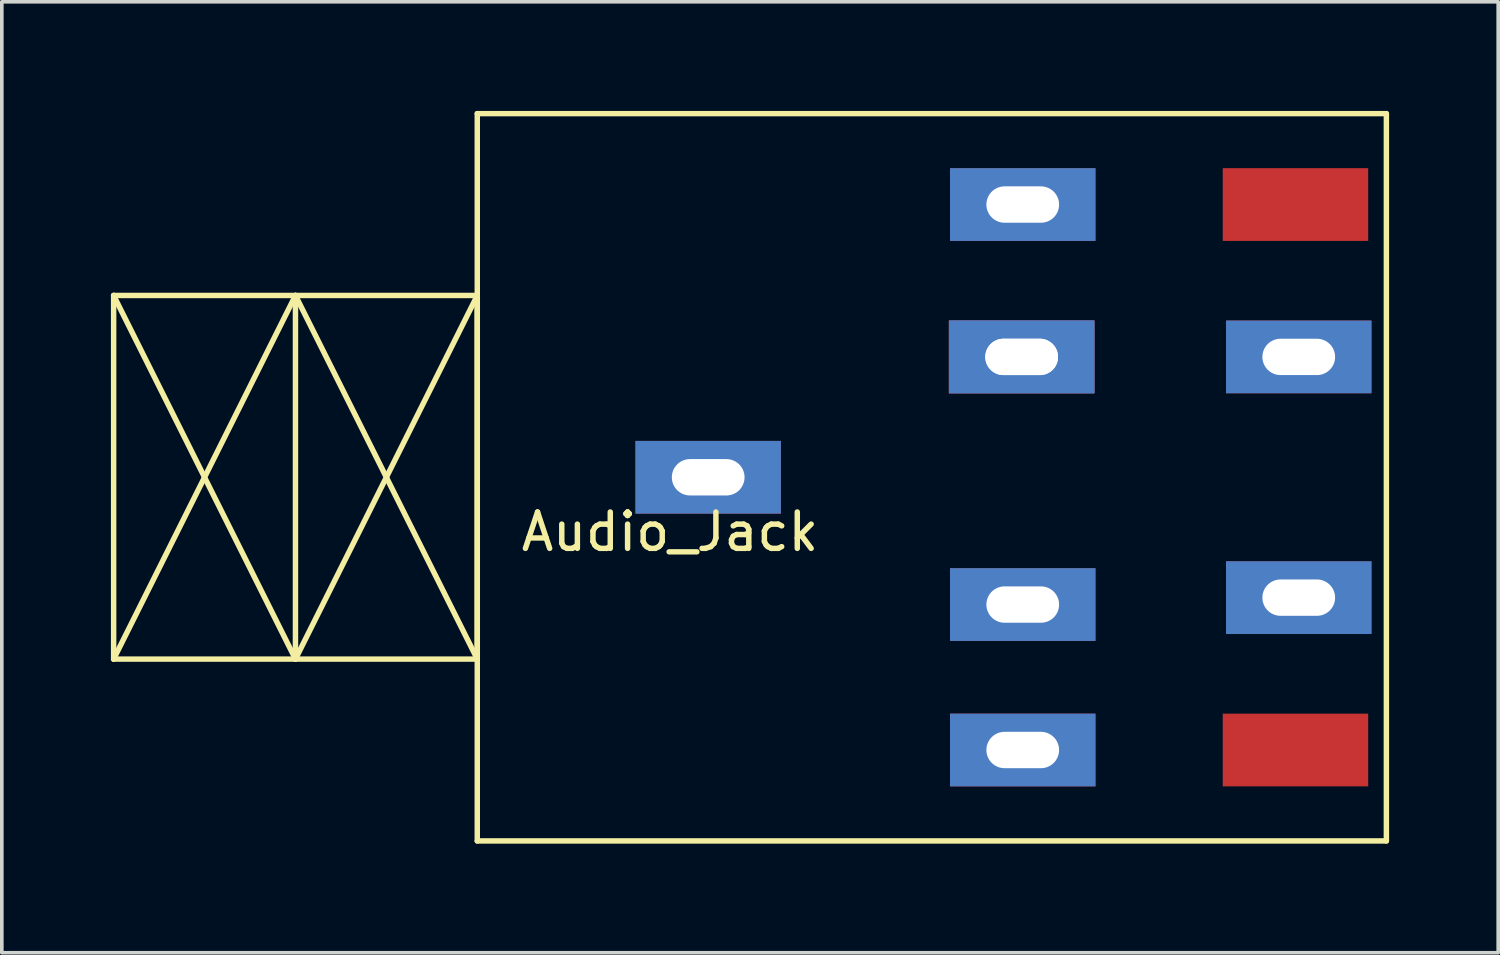
<source format=kicad_pcb>
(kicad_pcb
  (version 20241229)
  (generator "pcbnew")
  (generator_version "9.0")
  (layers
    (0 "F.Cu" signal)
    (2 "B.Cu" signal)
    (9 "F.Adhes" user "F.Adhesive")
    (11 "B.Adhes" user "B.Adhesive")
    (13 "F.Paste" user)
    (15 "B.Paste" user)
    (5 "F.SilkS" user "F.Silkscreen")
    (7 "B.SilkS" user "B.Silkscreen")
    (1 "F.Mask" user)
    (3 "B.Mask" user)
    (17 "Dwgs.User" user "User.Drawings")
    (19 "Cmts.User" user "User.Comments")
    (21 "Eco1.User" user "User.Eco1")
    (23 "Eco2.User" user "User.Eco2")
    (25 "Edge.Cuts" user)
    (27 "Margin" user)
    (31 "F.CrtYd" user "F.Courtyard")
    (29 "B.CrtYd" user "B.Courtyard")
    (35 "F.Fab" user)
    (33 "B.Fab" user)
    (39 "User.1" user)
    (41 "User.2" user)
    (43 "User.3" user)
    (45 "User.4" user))
  (footprint "Audio_Jack"
    (layer "F.Cu")
    (at 10.075 10.075)
    (property "Reference" "Audio_Jack" (at 5.3 1.5 0) (layer "F.SilkS") (effects (font (size 1 1) (thickness 0.15))))
    (attr through_hole)
    (fp_line (start -10 -5) (end 0 -5) (stroke (width 0.15) (type solid)) (layer "F.SilkS"))
    (fp_line (start -10 5) (end -10 -5) (stroke (width 0.15) (type solid)) (layer "F.SilkS"))
    (fp_line (start -5 -5) (end -10 5) (stroke (width 0.15) (type solid)) (layer "F.SilkS"))
    (fp_line (start -5 -5) (end -5 5) (stroke (width 0.15) (type solid)) (layer "F.SilkS"))
    (fp_line (start -5 5) (end -10 -5) (stroke (width 0.15) (type solid)) (layer "F.SilkS"))
    (fp_line (start -5 5) (end 0 -5) (stroke (width 0.15) (type solid)) (layer "F.SilkS"))
    (fp_line (start 0 -10) (end 25 -10) (stroke (width 0.15) (type solid)) (layer "F.SilkS"))
    (fp_line (start 0 -5) (end 0 -10) (stroke (width 0.15) (type solid)) (layer "F.SilkS"))
    (fp_line (start 0 -5) (end 0 5) (stroke (width 0.15) (type solid)) (layer "F.SilkS"))
    (fp_line (start 0 -5) (end 0 5) (stroke (width 0.15) (type solid)) (layer "F.SilkS"))
    (fp_line (start 0 5) (end -10 5) (stroke (width 0.15) (type solid)) (layer "F.SilkS"))
    (fp_line (start 0 5) (end -5 -5) (stroke (width 0.15) (type solid)) (layer "F.SilkS"))
    (fp_line (start 0 10) (end 0 5) (stroke (width 0.15) (type solid)) (layer "F.SilkS"))
    (fp_line (start 25 -10) (end 25 10) (stroke (width 0.15) (type solid)) (layer "F.SilkS"))
    (fp_line (start 25 10) (end 0 10) (stroke (width 0.15) (type solid)) (layer "F.SilkS"))
    (pad "1" thru_hole rect (at 6.35 0) (size 4 2) (drill oval 2 1) (layers "*.Cu" "*.Mask"))
    (pad "2" thru_hole rect (at 22.59 -3.31) (size 4 2) (drill oval 2 1) (layers "*.Cu" "*.Mask"))
    (pad "3" thru_hole rect (at 22.59 3.31) (size 4 2) (drill oval 2 1) (layers "*.Cu" "*.Mask"))
    (pad "4" thru_hole rect (at 14.97 -3.31) (size 4 2) (drill oval 2 1) (layers "*.Cu" "*.Mask"))
    (pad "4" thru_hole rect (at 14.97 -3.31) (size 4 2) (drill oval 2 1) (layers "*.Cu" "*.Mask"))
    (pad "5" thru_hole rect (at 15 -7.5) (size 4 2) (drill oval 2 1) (layers "*.Cu" "*.Mask"))
    (pad "6" connect rect (at 22.5 -7.5) (size 4 2) (layers "F.Cu" "F.Mask"))
    (pad "7" thru_hole rect (at 15 3.5) (size 4 2) (drill oval 2 1) (layers "*.Cu" "*.Mask"))
    (pad "8" thru_hole rect (at 15 7.5) (size 4 2) (drill oval 2 1) (layers "*.Cu" "*.Mask"))
    (pad "9" connect rect (at 22.5 7.5) (size 4 2) (layers "F.Cu" "F.Mask")))
  (gr_rect
    (start -3 -3)
    (end 38.15 23.15)
    (stroke (width 0.1) (type default))
    (fill no)
    (layer "Edge.Cuts")))
</source>
